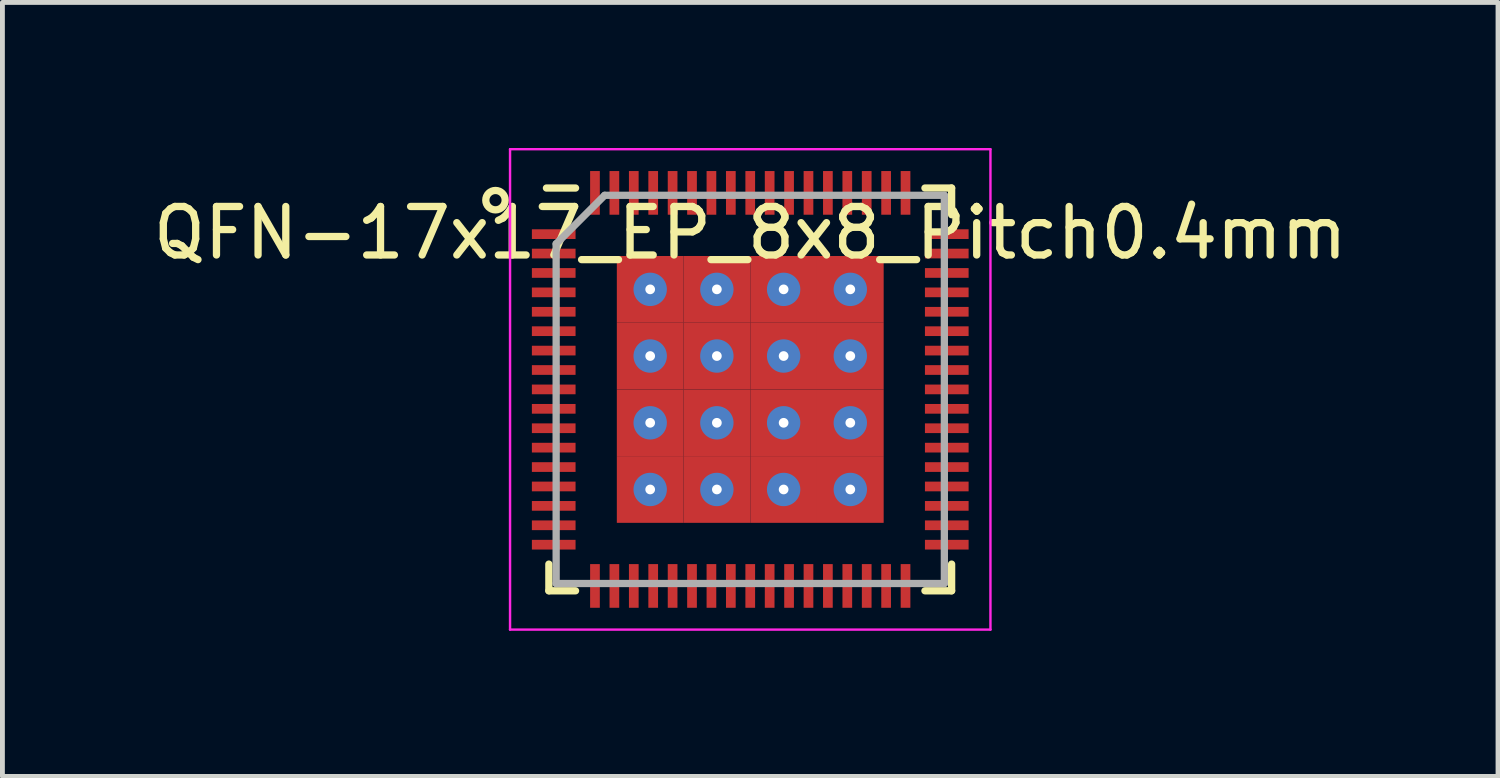
<source format=kicad_pcb>
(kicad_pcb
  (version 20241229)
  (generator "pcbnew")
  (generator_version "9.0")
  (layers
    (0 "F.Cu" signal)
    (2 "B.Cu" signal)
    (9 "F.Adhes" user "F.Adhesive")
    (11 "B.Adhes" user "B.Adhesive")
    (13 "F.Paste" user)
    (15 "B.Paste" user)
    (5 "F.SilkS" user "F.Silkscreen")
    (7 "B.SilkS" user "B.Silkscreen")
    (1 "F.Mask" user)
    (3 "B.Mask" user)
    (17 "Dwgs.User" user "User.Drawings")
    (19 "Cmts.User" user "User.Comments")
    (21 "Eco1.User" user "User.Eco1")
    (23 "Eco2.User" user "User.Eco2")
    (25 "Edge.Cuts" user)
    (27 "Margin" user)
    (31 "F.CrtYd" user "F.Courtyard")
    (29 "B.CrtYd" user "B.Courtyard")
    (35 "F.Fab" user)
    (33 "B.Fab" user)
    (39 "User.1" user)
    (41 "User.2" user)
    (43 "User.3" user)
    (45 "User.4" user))
  (footprint "QFN-17x17_EP_8x8_Pitch0.4mm"
    (layer "F.Cu")
    (at 12.411 4.975)
    (property "Reference" "QFN-17x17_EP_8x8_Pitch0.4mm" (at 0 -3.225 0) (layer "F.SilkS") (effects (font (size 1 1) (thickness 0.15))))
    (attr through_hole)
    (fp_line (start -4.15 4.15) (end -4.15 3.6) (stroke (width 0.15) (type default)) (layer "F.SilkS"))
    (fp_line (start -3.6 -4.15) (end -4.2 -4.15) (stroke (width 0.15) (type default)) (layer "F.SilkS"))
    (fp_line (start -3.6 4.15) (end -4.15 4.15) (stroke (width 0.15) (type default)) (layer "F.SilkS"))
    (fp_line (start 3.6 -4.15) (end 4.15 -4.15) (stroke (width 0.15) (type default)) (layer "F.SilkS"))
    (fp_line (start 3.6 4.15) (end 4.15 4.15) (stroke (width 0.15) (type default)) (layer "F.SilkS"))
    (fp_line (start 4.15 -4.15) (end 4.15 -3.6) (stroke (width 0.15) (type default)) (layer "F.SilkS"))
    (fp_line (start 4.15 4.15) (end 4.15 3.6) (stroke (width 0.15) (type default)) (layer "F.SilkS"))
    (fp_circle (center -5.25 -3.9) (end -5.25 -3.7) (stroke (width 0.15) (type default)) (fill no) (layer "F.SilkS"))
    (fp_line (start -4.95 -4.95) (end 4.95 -4.95) (stroke (width 0.05) (type default)) (layer "F.CrtYd"))
    (fp_line (start -4.95 4.95) (end -4.95 -4.95) (stroke (width 0.05) (type default)) (layer "F.CrtYd"))
    (fp_line (start 4.95 -4.95) (end 4.95 4.95) (stroke (width 0.05) (type default)) (layer "F.CrtYd"))
    (fp_line (start 4.95 4.95) (end -4.95 4.95) (stroke (width 0.05) (type default)) (layer "F.CrtYd"))
    (fp_line (start -4 -3) (end -4 4) (stroke (width 0.15) (type default)) (layer "F.Fab"))
    (fp_line (start -4 4) (end 4 4) (stroke (width 0.15) (type default)) (layer "F.Fab"))
    (fp_line (start -3 -4) (end -4 -3) (stroke (width 0.15) (type default)) (layer "F.Fab"))
    (fp_line (start 4 -4) (end -3 -4) (stroke (width 0.15) (type default)) (layer "F.Fab"))
    (fp_line (start 4 4) (end 4 -4) (stroke (width 0.15) (type default)) (layer "F.Fab"))
    (pad "1" smd rect (at -4.05 -3.2 90) (size 0.2 0.9) (layers "F.Cu" "F.Mask" "F.Paste"))
    (pad "2" smd rect (at -4.05 -2.8 90) (size 0.2 0.9) (layers "F.Cu" "F.Mask" "F.Paste"))
    (pad "3" smd rect (at -4.05 -2.4 90) (size 0.2 0.9) (layers "F.Cu" "F.Mask" "F.Paste"))
    (pad "4" smd rect (at -4.05 -2 90) (size 0.2 0.9) (layers "F.Cu" "F.Mask" "F.Paste"))
    (pad "5" smd rect (at -4.05 -1.6 90) (size 0.2 0.9) (layers "F.Cu" "F.Mask" "F.Paste"))
    (pad "6" smd rect (at -4.05 -1.2 90) (size 0.2 0.9) (layers "F.Cu" "F.Mask" "F.Paste"))
    (pad "7" smd rect (at -4.05 -0.8 90) (size 0.2 0.9) (layers "F.Cu" "F.Mask" "F.Paste"))
    (pad "8" smd rect (at -4.05 -0.4 90) (size 0.2 0.9) (layers "F.Cu" "F.Mask" "F.Paste"))
    (pad "9" smd rect (at -4.05 0 90) (size 0.2 0.9) (layers "F.Cu" "F.Mask" "F.Paste"))
    (pad "10" smd rect (at -4.05 0.4 90) (size 0.2 0.9) (layers "F.Cu" "F.Mask" "F.Paste"))
    (pad "11" smd rect (at -4.05 0.8 90) (size 0.2 0.9) (layers "F.Cu" "F.Mask" "F.Paste"))
    (pad "12" smd rect (at -4.05 1.2 90) (size 0.2 0.9) (layers "F.Cu" "F.Mask" "F.Paste"))
    (pad "13" smd rect (at -4.05 1.6 90) (size 0.2 0.9) (layers "F.Cu" "F.Mask" "F.Paste"))
    (pad "14" smd rect (at -4.05 2 90) (size 0.2 0.9) (layers "F.Cu" "F.Mask" "F.Paste"))
    (pad "15" smd rect (at -4.05 2.4 90) (size 0.2 0.9) (layers "F.Cu" "F.Mask" "F.Paste"))
    (pad "16" smd rect (at -4.05 2.8 90) (size 0.2 0.9) (layers "F.Cu" "F.Mask" "F.Paste"))
    (pad "17" smd rect (at -4.05 3.2 90) (size 0.2 0.9) (layers "F.Cu" "F.Mask" "F.Paste"))
    (pad "18" smd rect (at -3.2 4.05) (size 0.2 0.9) (layers "F.Cu" "F.Mask" "F.Paste"))
    (pad "19" smd rect (at -2.8 4.05) (size 0.2 0.9) (layers "F.Cu" "F.Mask" "F.Paste"))
    (pad "20" smd rect (at -2.4 4.05) (size 0.2 0.9) (layers "F.Cu" "F.Mask" "F.Paste"))
    (pad "21" smd rect (at -2 4.05) (size 0.2 0.9) (layers "F.Cu" "F.Mask" "F.Paste"))
    (pad "22" smd rect (at -1.6 4.05) (size 0.2 0.9) (layers "F.Cu" "F.Mask" "F.Paste"))
    (pad "23" smd rect (at -1.2 4.05) (size 0.2 0.9) (layers "F.Cu" "F.Mask" "F.Paste"))
    (pad "24" smd rect (at -0.8 4.05) (size 0.2 0.9) (layers "F.Cu" "F.Mask" "F.Paste"))
    (pad "25" smd rect (at -0.4 4.05) (size 0.2 0.9) (layers "F.Cu" "F.Mask" "F.Paste"))
    (pad "26" smd rect (at 0 4.05) (size 0.2 0.9) (layers "F.Cu" "F.Mask" "F.Paste"))
    (pad "27" smd rect (at 0.4 4.05) (size 0.2 0.9) (layers "F.Cu" "F.Mask" "F.Paste"))
    (pad "28" smd rect (at 0.8 4.05) (size 0.2 0.9) (layers "F.Cu" "F.Mask" "F.Paste"))
    (pad "29" smd rect (at 1.2 4.05) (size 0.2 0.9) (layers "F.Cu" "F.Mask" "F.Paste"))
    (pad "30" smd rect (at 1.6 4.05) (size 0.2 0.9) (layers "F.Cu" "F.Mask" "F.Paste"))
    (pad "31" smd rect (at 2 4.05) (size 0.2 0.9) (layers "F.Cu" "F.Mask" "F.Paste"))
    (pad "32" smd rect (at 2.4 4.05) (size 0.2 0.9) (layers "F.Cu" "F.Mask" "F.Paste"))
    (pad "33" smd rect (at 2.8 4.05) (size 0.2 0.9) (layers "F.Cu" "F.Mask" "F.Paste"))
    (pad "34" smd rect (at 3.2 4.05) (size 0.2 0.9) (layers "F.Cu" "F.Mask" "F.Paste"))
    (pad "35" smd rect (at 4.05 3.2 90) (size 0.2 0.9) (layers "F.Cu" "F.Mask" "F.Paste"))
    (pad "36" smd rect (at 4.05 2.8 90) (size 0.2 0.9) (layers "F.Cu" "F.Mask" "F.Paste"))
    (pad "37" smd rect (at 4.05 2.4 90) (size 0.2 0.9) (layers "F.Cu" "F.Mask" "F.Paste"))
    (pad "38" smd rect (at 4.05 2 90) (size 0.2 0.9) (layers "F.Cu" "F.Mask" "F.Paste"))
    (pad "39" smd rect (at 4.05 1.6 90) (size 0.2 0.9) (layers "F.Cu" "F.Mask" "F.Paste"))
    (pad "40" smd rect (at 4.05 1.2 90) (size 0.2 0.9) (layers "F.Cu" "F.Mask" "F.Paste"))
    (pad "41" smd rect (at 4.05 0.8 90) (size 0.2 0.9) (layers "F.Cu" "F.Mask" "F.Paste"))
    (pad "42" smd rect (at 4.05 0.4 90) (size 0.2 0.9) (layers "F.Cu" "F.Mask" "F.Paste"))
    (pad "43" smd rect (at 4.05 0 90) (size 0.2 0.9) (layers "F.Cu" "F.Mask" "F.Paste"))
    (pad "44" smd rect (at 4.05 -0.4 90) (size 0.2 0.9) (layers "F.Cu" "F.Mask" "F.Paste"))
    (pad "45" smd rect (at 4.05 -0.8 90) (size 0.2 0.9) (layers "F.Cu" "F.Mask" "F.Paste"))
    (pad "46" smd rect (at 4.05 -1.2 90) (size 0.2 0.9) (layers "F.Cu" "F.Mask" "F.Paste"))
    (pad "47" smd rect (at 4.05 -1.6 90) (size 0.2 0.9) (layers "F.Cu" "F.Mask" "F.Paste"))
    (pad "48" smd rect (at 4.05 -2 90) (size 0.2 0.9) (layers "F.Cu" "F.Mask" "F.Paste"))
    (pad "49" smd rect (at 4.05 -2.4 90) (size 0.2 0.9) (layers "F.Cu" "F.Mask" "F.Paste"))
    (pad "50" smd rect (at 4.05 -2.8 90) (size 0.2 0.9) (layers "F.Cu" "F.Mask" "F.Paste"))
    (pad "51" smd rect (at 4.05 -3.2 90) (size 0.2 0.9) (layers "F.Cu" "F.Mask" "F.Paste"))
    (pad "52" smd rect (at 3.2 -4.05) (size 0.2 0.9) (layers "F.Cu" "F.Mask" "F.Paste"))
    (pad "53" smd rect (at 2.8 -4.05) (size 0.2 0.9) (layers "F.Cu" "F.Mask" "F.Paste"))
    (pad "54" smd rect (at 2.4 -4.05) (size 0.2 0.9) (layers "F.Cu" "F.Mask" "F.Paste"))
    (pad "55" smd rect (at 2 -4.05) (size 0.2 0.9) (layers "F.Cu" "F.Mask" "F.Paste"))
    (pad "56" smd rect (at 1.6 -4.05) (size 0.2 0.9) (layers "F.Cu" "F.Mask" "F.Paste"))
    (pad "57" smd rect (at 1.2 -4.05) (size 0.2 0.9) (layers "F.Cu" "F.Mask" "F.Paste"))
    (pad "58" smd rect (at 0.8 -4.05) (size 0.2 0.9) (layers "F.Cu" "F.Mask" "F.Paste"))
    (pad "59" smd rect (at 0.4 -4.05) (size 0.2 0.9) (layers "F.Cu" "F.Mask" "F.Paste"))
    (pad "60" smd rect (at 0 -4.05) (size 0.2 0.9) (layers "F.Cu" "F.Mask" "F.Paste"))
    (pad "61" smd rect (at -0.4 -4.05) (size 0.2 0.9) (layers "F.Cu" "F.Mask" "F.Paste"))
    (pad "62" smd rect (at -0.8 -4.05) (size 0.2 0.9) (layers "F.Cu" "F.Mask" "F.Paste"))
    (pad "63" smd rect (at -1.2 -4.05) (size 0.2 0.9) (layers "F.Cu" "F.Mask" "F.Paste"))
    (pad "64" smd rect (at -1.6 -4.05) (size 0.2 0.9) (layers "F.Cu" "F.Mask" "F.Paste"))
    (pad "65" smd rect (at -2 -4.05) (size 0.2 0.9) (layers "F.Cu" "F.Mask" "F.Paste"))
    (pad "66" smd rect (at -2.4 -4.05) (size 0.2 0.9) (layers "F.Cu" "F.Mask" "F.Paste"))
    (pad "67" smd rect (at -2.8 -4.05) (size 0.2 0.9) (layers "F.Cu" "F.Mask" "F.Paste"))
    (pad "68" smd rect (at -3.2 -4.05) (size 0.2 0.9) (layers "F.Cu" "F.Mask" "F.Paste"))
    (pad "69" thru_hole circle (at -2.062 -2.062) (size 0.688 0.688) (drill 0.2) (layers "*.Cu" "*.Mask"))
    (pad "69" smd rect (at -2.062 -2.062) (size 1.375 1.375) (layers "F.Cu" "F.Mask" "F.Paste"))
    (pad "69" thru_hole circle (at -2.062 -0.688) (size 0.688 0.688) (drill 0.2) (layers "*.Cu" "*.Mask"))
    (pad "69" smd rect (at -2.062 -0.688) (size 1.375 1.375) (layers "F.Cu" "F.Mask" "F.Paste"))
    (pad "69" thru_hole circle (at -2.062 0.688) (size 0.688 0.688) (drill 0.2) (layers "*.Cu" "*.Mask"))
    (pad "69" smd rect (at -2.062 0.688) (size 1.375 1.375) (layers "F.Cu" "F.Mask" "F.Paste"))
    (pad "69" thru_hole circle (at -2.062 2.062) (size 0.688 0.688) (drill 0.2) (layers "*.Cu" "*.Mask"))
    (pad "69" smd rect (at -2.062 2.062) (size 1.375 1.375) (layers "F.Cu" "F.Mask" "F.Paste"))
    (pad "69" thru_hole circle (at -0.688 -2.062) (size 0.688 0.688) (drill 0.2) (layers "*.Cu" "*.Mask"))
    (pad "69" smd rect (at -0.688 -2.062) (size 1.375 1.375) (layers "F.Cu" "F.Mask" "F.Paste"))
    (pad "69" thru_hole circle (at -0.688 -0.688) (size 0.688 0.688) (drill 0.2) (layers "*.Cu" "*.Mask"))
    (pad "69" smd rect (at -0.688 -0.688) (size 1.375 1.375) (layers "F.Cu" "F.Mask" "F.Paste"))
    (pad "69" thru_hole circle (at -0.688 0.688) (size 0.688 0.688) (drill 0.2) (layers "*.Cu" "*.Mask"))
    (pad "69" smd rect (at -0.688 0.688) (size 1.375 1.375) (layers "F.Cu" "F.Mask" "F.Paste"))
    (pad "69" thru_hole circle (at -0.688 2.062) (size 0.688 0.688) (drill 0.2) (layers "*.Cu" "*.Mask"))
    (pad "69" smd rect (at -0.688 2.062) (size 1.375 1.375) (layers "F.Cu" "F.Mask" "F.Paste"))
    (pad "69" thru_hole circle (at 0.688 -2.062) (size 0.688 0.688) (drill 0.2) (layers "*.Cu" "*.Mask"))
    (pad "69" smd rect (at 0.688 -2.062) (size 1.375 1.375) (layers "F.Cu" "F.Mask" "F.Paste"))
    (pad "69" thru_hole circle (at 0.688 -0.688) (size 0.688 0.688) (drill 0.2) (layers "*.Cu" "*.Mask"))
    (pad "69" smd rect (at 0.688 -0.688) (size 1.375 1.375) (layers "F.Cu" "F.Mask" "F.Paste"))
    (pad "69" thru_hole circle (at 0.688 0.688) (size 0.688 0.688) (drill 0.2) (layers "*.Cu" "*.Mask"))
    (pad "69" smd rect (at 0.688 0.688) (size 1.375 1.375) (layers "F.Cu" "F.Mask" "F.Paste"))
    (pad "69" thru_hole circle (at 0.688 2.062) (size 0.688 0.688) (drill 0.2) (layers "*.Cu" "*.Mask"))
    (pad "69" smd rect (at 0.688 2.062) (size 1.375 1.375) (layers "F.Cu" "F.Mask" "F.Paste"))
    (pad "69" thru_hole circle (at 2.062 -2.062) (size 0.688 0.688) (drill 0.2) (layers "*.Cu" "*.Mask"))
    (pad "69" smd rect (at 2.062 -2.062) (size 1.375 1.375) (layers "F.Cu" "F.Mask" "F.Paste"))
    (pad "69" thru_hole circle (at 2.062 -0.688) (size 0.688 0.688) (drill 0.2) (layers "*.Cu" "*.Mask"))
    (pad "69" smd rect (at 2.062 -0.688) (size 1.375 1.375) (layers "F.Cu" "F.Mask" "F.Paste"))
    (pad "69" thru_hole circle (at 2.062 0.688) (size 0.688 0.688) (drill 0.2) (layers "*.Cu" "*.Mask"))
    (pad "69" smd rect (at 2.062 0.688) (size 1.375 1.375) (layers "F.Cu" "F.Mask" "F.Paste"))
    (pad "69" thru_hole circle (at 2.062 2.062) (size 0.688 0.688) (drill 0.2) (layers "*.Cu" "*.Mask"))
    (pad "69" smd rect (at 2.062 2.062) (size 1.375 1.375) (layers "F.Cu" "F.Mask" "F.Paste")))
  (gr_rect
    (start -3 -3)
    (end 27.821 12.95)
    (stroke (width 0.1) (type default))
    (fill no)
    (layer "Edge.Cuts")))
</source>
